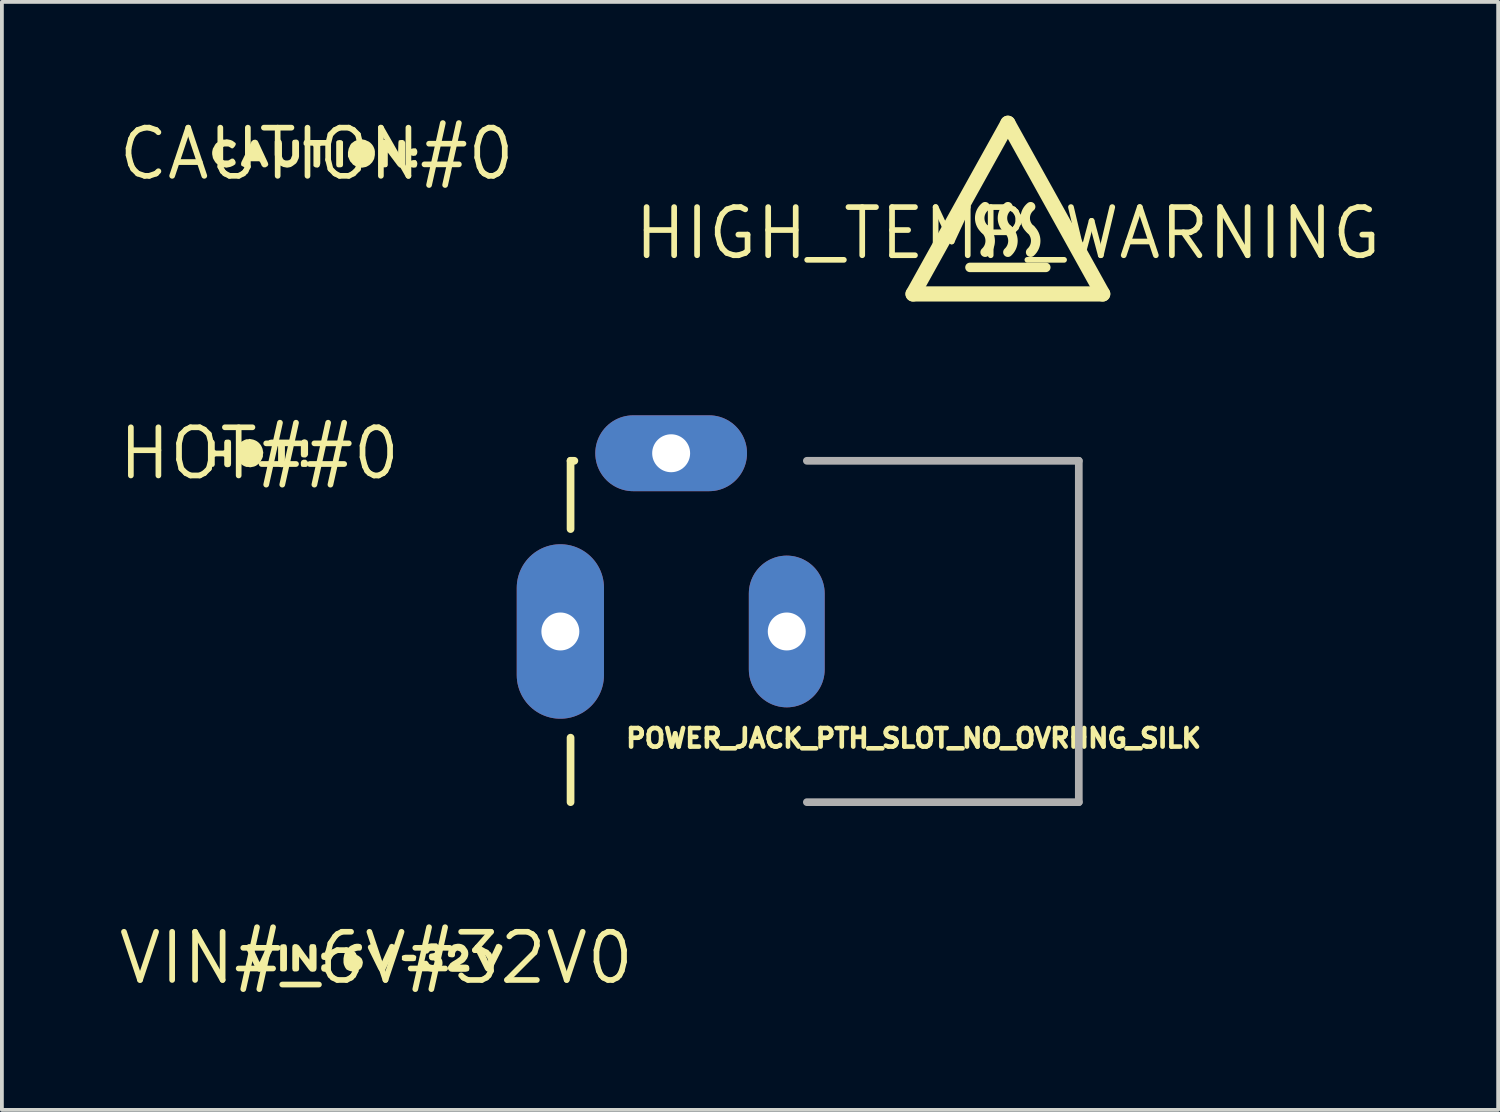
<source format=kicad_pcb>
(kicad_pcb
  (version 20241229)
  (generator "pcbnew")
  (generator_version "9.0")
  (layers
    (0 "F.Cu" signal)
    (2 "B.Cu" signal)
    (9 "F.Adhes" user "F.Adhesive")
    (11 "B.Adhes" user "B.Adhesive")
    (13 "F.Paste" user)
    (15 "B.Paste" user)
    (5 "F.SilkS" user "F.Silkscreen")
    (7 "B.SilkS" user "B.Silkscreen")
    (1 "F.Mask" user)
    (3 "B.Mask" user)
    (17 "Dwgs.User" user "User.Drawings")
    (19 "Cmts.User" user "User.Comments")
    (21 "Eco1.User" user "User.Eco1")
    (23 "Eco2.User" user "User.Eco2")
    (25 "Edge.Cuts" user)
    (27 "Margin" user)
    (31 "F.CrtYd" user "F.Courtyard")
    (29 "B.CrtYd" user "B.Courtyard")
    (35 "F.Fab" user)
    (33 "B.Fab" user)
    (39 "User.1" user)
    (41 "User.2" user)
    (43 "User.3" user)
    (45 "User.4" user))
  (footprint "HIGH_TEMP_WARNING"
    (layer "F.Cu")
    (at 23.523 3.1)
    (property "Reference" "HIGH_TEMP_WARNING" (at 0 0 0) (layer "F.SilkS") (effects (font (size 1.27 1.27) (thickness 0.15))))
    (fp_line (start -2.5 1.6) (end 2.5 1.6) (stroke (width 0.4) (type solid)) (layer "F.SilkS"))
    (fp_line (start -1 0.9) (end 1 0.9) (stroke (width 0.25) (type solid)) (layer "F.SilkS"))
    (fp_line (start 0 -2.9) (end -2.5 1.6) (stroke (width 0.4) (type solid)) (layer "F.SilkS"))
    (fp_line (start 2.5 1.6) (end 0 -2.9) (stroke (width 0.4) (type solid)) (layer "F.SilkS"))
    (fp_arc (start -0.6 -0.1) (mid -0.466391 0.2) (end -0.6 0.5) (stroke (width 0.25) (type solid)) (layer "F.SilkS"))
    (fp_arc (start -0.6 -0.1) (mid -0.743175 -0.400001) (end -0.599999 -0.700001) (stroke (width 0.25) (type solid)) (layer "F.SilkS"))
    (fp_arc (start 0 -0.1) (mid -0.143175 -0.4) (end 0 -0.7) (stroke (width 0.25) (type solid)) (layer "F.SilkS"))
    (fp_arc (start 0 -0.1) (mid 0.133609 0.2) (end 0 0.5) (stroke (width 0.25) (type solid)) (layer "F.SilkS"))
    (fp_arc (start 0.599999 -0.100001) (mid 0.733608 0.199999) (end 0.6 0.5) (stroke (width 0.25) (type solid)) (layer "F.SilkS"))
    (fp_arc (start 0.6 -0.1) (mid 0.456825 -0.4) (end 0.6 -0.7) (stroke (width 0.25) (type solid)) (layer "F.SilkS")))
  (footprint "VIN#_6V#32V0"
    (layer "F.Cu")
    (at 6.871 22.207)
    (property "Reference" "VIN#_6V#32V0" (at 0 0 0) (layer "F.SilkS") (effects (font (size 1.27 1.27) (thickness 0.15))))
    (fp_poly (pts (xy -2.387 -0.354) (xy -2.365 -0.322) (xy -2.355 -0.26) (xy -2.355 0.301) (xy -2.377 0.344) (xy -2.419 0.355) (xy -2.491 0.355) (xy -2.535 0.333) (xy -2.535 -0.322) (xy -2.502 -0.355) (xy -2.44 -0.365)) (stroke (width 0) (type default)) (fill yes) (layer "F.SilkS"))
    (fp_poly (pts (xy -1.275 0.208) (xy -1.265 0.26) (xy -1.265 0.312) (xy -1.297 0.355) (xy -1.36 0.365) (xy -1.412 0.355) (xy -1.445 0.322) (xy -1.455 0.27) (xy -1.445 0.208) (xy -1.412 0.175) (xy -1.36 0.165) (xy -1.308 0.165)) (stroke (width 0) (type default)) (fill yes) (layer "F.SilkS"))
    (fp_poly (pts (xy -1.265 -0.102) (xy -1.255 -0.05) (xy -1.265 0.002) (xy -1.297 0.045) (xy -1.36 0.055) (xy -1.412 0.045) (xy -1.445 0.012) (xy -1.455 -0.05) (xy -1.445 -0.102) (xy -1.412 -0.135) (xy -1.36 -0.145) (xy -1.308 -0.145)) (stroke (width 0) (type default)) (fill yes) (layer "F.SilkS"))
    (fp_poly (pts (xy 1.033 -0.064) (xy 1.055 -0.031) (xy 1.045 0.031) (xy 1.034 0.074) (xy 0.98 0.085) (xy 0.77 0.085) (xy 0.718 0.075) (xy 0.675 0.053) (xy 0.675 -0.053) (xy 0.718 -0.075) (xy 0.77 -0.085) (xy 0.981 -0.085)) (stroke (width 0) (type default)) (fill yes) (layer "F.SilkS"))
    (fp_poly (pts (xy -2.768 -0.354) (xy -2.716 -0.323) (xy -2.705 -0.28) (xy -2.725 -0.228) (xy -2.975 0.272) (xy -2.996 0.323) (xy -3.038 0.355) (xy -3.091 0.365) (xy -3.133 0.344) (xy -3.164 0.303) (xy -3.435 -0.248) (xy -3.445 -0.291) (xy -3.424 -0.334) (xy -3.371 -0.365) (xy -3.318 -0.365) (xy -3.286 -0.333) (xy -3.266 -0.302) (xy -3.086 0.096) (xy -3.072 0.103) (xy -2.864 -0.354) (xy -2.82 -0.375)) (stroke (width 0) (type default)) (fill yes) (layer "F.SilkS"))
    (fp_poly (pts (xy 0.462 -0.354) (xy 0.504 -0.323) (xy 0.515 -0.28) (xy 0.505 -0.228) (xy 0.255 0.272) (xy 0.234 0.323) (xy 0.192 0.355) (xy 0.14 0.365) (xy 0.087 0.344) (xy 0.056 0.303) (xy -0.215 -0.248) (xy -0.225 -0.291) (xy -0.204 -0.334) (xy -0.141 -0.365) (xy -0.098 -0.365) (xy -0.056 -0.333) (xy -0.036 -0.302) (xy 0.144 0.097) (xy 0.148 0.101) (xy 0.356 -0.354) (xy 0.41 -0.375)) (stroke (width 0) (type default)) (fill yes) (layer "F.SilkS"))
    (fp_poly (pts (xy 3.272 -0.354) (xy 3.314 -0.323) (xy 3.325 -0.28) (xy 3.315 -0.228) (xy 3.065 0.272) (xy 3.044 0.323) (xy 3.002 0.355) (xy 2.95 0.365) (xy 2.897 0.344) (xy 2.866 0.303) (xy 2.595 -0.248) (xy 2.585 -0.291) (xy 2.606 -0.334) (xy 2.669 -0.365) (xy 2.712 -0.365) (xy 2.754 -0.333) (xy 2.774 -0.302) (xy 2.954 0.097) (xy 2.958 0.101) (xy 3.166 -0.354) (xy 3.22 -0.375)) (stroke (width 0) (type default)) (fill yes) (layer "F.SilkS"))
    (fp_poly (pts (xy -2.057 -0.344) (xy -2.026 -0.313) (xy -1.876 -0.103) (xy -1.765 0.045) (xy -1.765 -0.301) (xy -1.744 -0.354) (xy -1.701 -0.365) (xy -1.639 -0.365) (xy -1.596 -0.343) (xy -1.585 -0.291) (xy -1.575 -0.24) (xy -1.575 0.27) (xy -1.585 0.322) (xy -1.618 0.355) (xy -1.68 0.365) (xy -1.732 0.355) (xy -1.774 0.313) (xy -2.035 -0.035) (xy -2.035 0.301) (xy -2.057 0.344) (xy -2.099 0.355) (xy -2.172 0.355) (xy -2.204 0.333) (xy -2.215 0.28) (xy -2.215 -0.28) (xy -2.205 -0.333) (xy -2.162 -0.365) (xy -2.109 -0.365)) (stroke (width 0) (type default)) (fill yes) (layer "F.SilkS"))
    (fp_poly (pts (xy -0.418 -0.365) (xy -0.385 -0.332) (xy -0.375 -0.28) (xy -0.385 -0.228) (xy -0.418 -0.195) (xy -0.48 -0.195) (xy -0.529 -0.185) (xy -0.578 -0.166) (xy -0.616 -0.136) (xy -0.646 -0.098) (xy -0.653 -0.077) (xy -0.61 -0.085) (xy -0.56 -0.085) (xy -0.508 -0.075) (xy -0.467 -0.054) (xy -0.427 -0.024) (xy -0.386 0.017) (xy -0.365 0.068) (xy -0.355 0.109) (xy -0.355 0.13) (xy -0.365 0.181) (xy -0.375 0.222) (xy -0.406 0.273) (xy -0.447 0.304) (xy -0.487 0.334) (xy -0.528 0.355) (xy -0.59 0.365) (xy -0.641 0.355) (xy -0.691 0.345) (xy -0.742 0.325) (xy -0.783 0.304) (xy -0.814 0.263) (xy -0.835 0.222) (xy -0.855 0.171) (xy -0.865 0.12) (xy -0.865 0.01) (xy -0.855 -0.041) (xy -0.845 -0.091) (xy -0.825 -0.142) (xy -0.804 -0.183) (xy -0.774 -0.223) (xy -0.744 -0.263) (xy -0.713 -0.294) (xy -0.672 -0.324) (xy -0.622 -0.345) (xy -0.582 -0.365) (xy -0.52 -0.375) (xy -0.47 -0.375)) (stroke (width 0) (type default)) (fill yes) (layer "F.SilkS"))
    (fp_poly (pts (xy 2.241 -0.365) (xy 2.292 -0.344) (xy 2.334 -0.314) (xy 2.364 -0.273) (xy 2.394 -0.233) (xy 2.415 -0.192) (xy 2.425 -0.14) (xy 2.425 -0.09) (xy 2.415 -0.039) (xy 2.394 0.012) (xy 2.364 0.053) (xy 2.334 0.094) (xy 2.283 0.134) (xy 2.242 0.154) (xy 2.208 0.171) (xy 2.212 0.175) (xy 2.36 0.175) (xy 2.412 0.185) (xy 2.445 0.218) (xy 2.455 0.28) (xy 2.444 0.333) (xy 2.402 0.355) (xy 2.35 0.365) (xy 2 0.365) (xy 1.948 0.355) (xy 1.906 0.323) (xy 1.885 0.27) (xy 1.895 0.218) (xy 1.926 0.177) (xy 1.956 0.136) (xy 1.997 0.106) (xy 2.127 0.026) (xy 2.167 -0.004) (xy 2.206 -0.033) (xy 2.235 -0.082) (xy 2.245 -0.119) (xy 2.216 -0.166) (xy 2.178 -0.185) (xy 2.131 -0.195) (xy 2.094 -0.167) (xy 2.075 -0.119) (xy 2.075 -0.069) (xy 2.053 -0.026) (xy 2 -0.015) (xy 1.928 -0.025) (xy 1.896 -0.047) (xy 1.885 -0.1) (xy 1.895 -0.151) (xy 1.905 -0.202) (xy 1.926 -0.243) (xy 1.956 -0.283) (xy 1.997 -0.324) (xy 2.038 -0.355) (xy 2.079 -0.365) (xy 2.14 -0.375) (xy 2.19 -0.375)) (stroke (width 0) (type default)) (fill yes) (layer "F.SilkS"))
    (fp_poly (pts (xy 1.664 -0.313) (xy 1.694 -0.273) (xy 1.725 -0.222) (xy 1.735 -0.18) (xy 1.725 -0.118) (xy 1.704 -0.077) (xy 1.675 -0.048) (xy 1.675 -0.022) (xy 1.714 0.017) (xy 1.735 0.058) (xy 1.745 0.11) (xy 1.745 0.171) (xy 1.704 0.253) (xy 1.663 0.294) (xy 1.623 0.324) (xy 1.582 0.345) (xy 1.531 0.355) (xy 1.47 0.365) (xy 1.419 0.355) (xy 1.369 0.345) (xy 1.318 0.325) (xy 1.277 0.304) (xy 1.246 0.263) (xy 1.216 0.222) (xy 1.195 0.171) (xy 1.195 0.118) (xy 1.217 0.086) (xy 1.27 0.075) (xy 1.332 0.075) (xy 1.364 0.107) (xy 1.394 0.156) (xy 1.432 0.175) (xy 1.48 0.185) (xy 1.528 0.175) (xy 1.565 0.138) (xy 1.555 0.093) (xy 1.518 0.065) (xy 1.469 0.065) (xy 1.427 0.055) (xy 1.395 0.022) (xy 1.385 -0.051) (xy 1.406 -0.104) (xy 1.439 -0.115) (xy 1.508 -0.125) (xy 1.545 -0.143) (xy 1.545 -0.177) (xy 1.508 -0.205) (xy 1.461 -0.205) (xy 1.413 -0.186) (xy 1.384 -0.146) (xy 1.342 -0.115) (xy 1.299 -0.115) (xy 1.246 -0.147) (xy 1.225 -0.2) (xy 1.235 -0.242) (xy 1.256 -0.283) (xy 1.297 -0.324) (xy 1.338 -0.354) (xy 1.389 -0.375) (xy 1.44 -0.385) (xy 1.592 -0.385)) (stroke (width 0) (type default)) (fill yes) (layer "F.SilkS")))
  (footprint "CAUTION#0"
    (layer "F.Cu")
    (at 5.299 1.006)
    (property "Reference" "CAUTION#0" (at 0 0 0) (layer "F.SilkS") (effects (font (size 1.27 1.27) (thickness 0.15))))
    (fp_poly (pts (xy 0.662 -0.355) (xy 0.695 -0.322) (xy 0.695 0.301) (xy 0.673 0.344) (xy 0.631 0.355) (xy 0.558 0.355) (xy 0.526 0.333) (xy 0.515 0.291) (xy 0.515 -0.322) (xy 0.548 -0.355) (xy 0.61 -0.365)) (stroke (width 0) (type default)) (fill yes) (layer "F.SilkS"))
    (fp_poly (pts (xy 2.645 -0.102) (xy 2.655 -0.05) (xy 2.645 0.002) (xy 2.613 0.045) (xy 2.55 0.055) (xy 2.498 0.045) (xy 2.465 0.012) (xy 2.455 -0.05) (xy 2.465 -0.102) (xy 2.498 -0.135) (xy 2.55 -0.145) (xy 2.612 -0.145)) (stroke (width 0) (type default)) (fill yes) (layer "F.SilkS"))
    (fp_poly (pts (xy 2.645 0.208) (xy 2.655 0.26) (xy 2.645 0.312) (xy 2.623 0.355) (xy 2.56 0.365) (xy 2.498 0.355) (xy 2.465 0.322) (xy 2.455 0.27) (xy 2.465 0.208) (xy 2.498 0.175) (xy 2.55 0.165) (xy 2.612 0.165)) (stroke (width 0) (type default)) (fill yes) (layer "F.SilkS"))
    (fp_poly (pts (xy 0.345 -0.343) (xy 0.345 -0.29) (xy 0.334 -0.237) (xy 0.291 -0.215) (xy 0.131 -0.215) (xy 0.095 -0.206) (xy 0.095 0.25) (xy 0.085 0.302) (xy 0.064 0.344) (xy 0.021 0.365) (xy -0.042 0.355) (xy -0.085 0.323) (xy -0.085 -0.188) (xy -0.103 -0.215) (xy -0.312 -0.215) (xy -0.345 -0.248) (xy -0.345 -0.311) (xy -0.323 -0.354) (xy -0.27 -0.365) (xy 0.301 -0.365)) (stroke (width 0) (type default)) (fill yes) (layer "F.SilkS"))
    (fp_poly (pts (xy -1.567 -0.354) (xy -1.546 -0.322) (xy -1.285 0.238) (xy -1.275 0.281) (xy -1.296 0.324) (xy -1.349 0.355) (xy -1.402 0.355) (xy -1.444 0.323) (xy -1.484 0.233) (xy -1.513 0.195) (xy -1.767 0.195) (xy -1.826 0.333) (xy -1.88 0.366) (xy -1.922 0.344) (xy -1.984 0.313) (xy -1.995 0.27) (xy -1.985 0.218) (xy -1.734 -0.292) (xy -1.714 -0.333) (xy -1.672 -0.365) (xy -1.62 -0.375)) (stroke (width 0) (type default)) (fill yes) (layer "F.SilkS"))
    (fp_poly (pts (xy 1.853 -0.344) (xy 1.884 -0.313) (xy 2.044 -0.103) (xy 2.145 0.045) (xy 2.155 -0.301) (xy 2.166 -0.354) (xy 2.22 -0.365) (xy 2.271 -0.365) (xy 2.314 -0.344) (xy 2.335 -0.291) (xy 2.335 0.27) (xy 2.325 0.322) (xy 2.292 0.355) (xy 2.23 0.365) (xy 2.178 0.355) (xy 2.136 0.313) (xy 1.875 -0.035) (xy 1.875 0.301) (xy 1.853 0.344) (xy 1.811 0.355) (xy 1.738 0.355) (xy 1.706 0.333) (xy 1.695 0.28) (xy 1.695 -0.28) (xy 1.705 -0.333) (xy 1.748 -0.365) (xy 1.801 -0.365)) (stroke (width 0) (type default)) (fill yes) (layer "F.SilkS"))
    (fp_poly (pts (xy -0.925 -0.332) (xy -0.915 -0.28) (xy -0.915 0.069) (xy -0.896 0.118) (xy -0.867 0.156) (xy -0.819 0.175) (xy -0.77 0.175) (xy -0.722 0.165) (xy -0.684 0.137) (xy -0.665 0.088) (xy -0.645 0.039) (xy -0.645 -0.321) (xy -0.623 -0.364) (xy -0.57 -0.375) (xy -0.518 -0.375) (xy -0.475 -0.343) (xy -0.465 -0.29) (xy -0.465 0.07) (xy -0.475 0.122) (xy -0.495 0.162) (xy -0.516 0.212) (xy -0.546 0.254) (xy -0.587 0.284) (xy -0.627 0.314) (xy -0.678 0.345) (xy -0.719 0.355) (xy -0.78 0.365) (xy -0.831 0.355) (xy -0.882 0.345) (xy -0.922 0.325) (xy -0.973 0.304) (xy -1.004 0.263) (xy -1.044 0.223) (xy -1.065 0.182) (xy -1.085 0.131) (xy -1.095 0.081) (xy -1.105 0.03) (xy -1.105 -0.332) (xy -1.072 -0.365) (xy -1.02 -0.375) (xy -0.958 -0.375)) (stroke (width 0) (type default)) (fill yes) (layer "F.SilkS"))
    (fp_poly (pts (xy 1.231 -0.375) (xy 1.282 -0.365) (xy 1.322 -0.345) (xy 1.372 -0.324) (xy 1.413 -0.294) (xy 1.454 -0.253) (xy 1.484 -0.213) (xy 1.505 -0.172) (xy 1.525 -0.121) (xy 1.535 -0.07) (xy 1.535 0.03) (xy 1.525 0.081) (xy 1.515 0.132) (xy 1.494 0.172) (xy 1.464 0.223) (xy 1.424 0.264) (xy 1.393 0.294) (xy 1.342 0.324) (xy 1.302 0.345) (xy 1.251 0.355) (xy 1.2 0.365) (xy 1.15 0.355) (xy 1.099 0.355) (xy 1.048 0.335) (xy 1.008 0.314) (xy 0.957 0.284) (xy 0.926 0.243) (xy 0.886 0.203) (xy 0.868 0.167) (xy 0.868 0.168) (xy 0.865 0.162) (xy 0.863 0.158) (xy 0.864 0.158) (xy 0.845 0.112) (xy 0.825 0.071) (xy 0.825 -0.04) (xy 0.835 -0.091) (xy 0.845 -0.142) (xy 0.865 -0.182) (xy 0.886 -0.232) (xy 0.916 -0.274) (xy 0.957 -0.304) (xy 0.998 -0.334) (xy 1.048 -0.355) (xy 1.099 -0.375) (xy 1.149 -0.375) (xy 1.18 -0.385)) (stroke (width 0) (type default)) (fill yes) (layer "F.SilkS"))
    (fp_poly (pts (xy -2.319 -0.375) (xy -2.269 -0.365) (xy -2.218 -0.344) (xy -2.177 -0.314) (xy -2.135 -0.282) (xy -2.135 -0.239) (xy -2.166 -0.187) (xy -2.208 -0.145) (xy -2.241 -0.145) (xy -2.292 -0.176) (xy -2.331 -0.195) (xy -2.429 -0.195) (xy -2.478 -0.176) (xy -2.516 -0.146) (xy -2.546 -0.108) (xy -2.565 -0.059) (xy -2.575 -0.01) (xy -2.565 0.039) (xy -2.546 0.088) (xy -2.516 0.126) (xy -2.478 0.156) (xy -2.429 0.175) (xy -2.331 0.175) (xy -2.292 0.156) (xy -2.241 0.125) (xy -2.198 0.125) (xy -2.156 0.167) (xy -2.135 0.22) (xy -2.145 0.273) (xy -2.187 0.304) (xy -2.228 0.325) (xy -2.279 0.345) (xy -2.329 0.355) (xy -2.38 0.365) (xy -2.431 0.355) (xy -2.481 0.345) (xy -2.532 0.325) (xy -2.573 0.304) (xy -2.613 0.274) (xy -2.654 0.244) (xy -2.684 0.203) (xy -2.714 0.152) (xy -2.735 0.112) (xy -2.745 0.061) (xy -2.755 0.01) (xy -2.755 -0.05) (xy -2.745 -0.101) (xy -2.735 -0.142) (xy -2.704 -0.192) (xy -2.684 -0.233) (xy -2.654 -0.274) (xy -2.613 -0.304) (xy -2.562 -0.334) (xy -2.522 -0.355) (xy -2.471 -0.375) (xy -2.42 -0.375) (xy -2.37 -0.385)) (stroke (width 0) (type default)) (fill yes) (layer "F.SilkS")))
  (footprint "HOT##0"
    (layer "F.Cu")
    (at 3.787 8.906)
    (property "Reference" "HOT##0" (at 0 0 0) (layer "F.SilkS") (effects (font (size 1.27 1.27) (thickness 0.15))))
    (fp_poly (pts (xy 1.232 -0.365) (xy 1.275 -0.333) (xy 1.285 -0.28) (xy 1.285 0.031) (xy 1.264 0.073) (xy 1.222 0.105) (xy 1.17 0.105) (xy 1.116 0.094) (xy 1.095 0.041) (xy 1.095 -0.312) (xy 1.127 -0.354) (xy 1.18 -0.375)) (stroke (width 0) (type default)) (fill yes) (layer "F.SilkS"))
    (fp_poly (pts (xy 1.264 0.197) (xy 1.285 0.239) (xy 1.285 0.291) (xy 1.264 0.344) (xy 1.221 0.355) (xy 1.149 0.355) (xy 1.106 0.344) (xy 1.095 0.301) (xy 1.095 0.229) (xy 1.116 0.186) (xy 1.159 0.165) (xy 1.222 0.165)) (stroke (width 0) (type default)) (fill yes) (layer "F.SilkS"))
    (fp_poly (pts (xy 0.925 -0.343) (xy 0.925 -0.29) (xy 0.914 -0.237) (xy 0.871 -0.215) (xy 0.711 -0.215) (xy 0.675 -0.206) (xy 0.675 0.25) (xy 0.665 0.302) (xy 0.644 0.344) (xy 0.601 0.365) (xy 0.538 0.355) (xy 0.495 0.323) (xy 0.495 -0.188) (xy 0.477 -0.215) (xy 0.268 -0.215) (xy 0.235 -0.248) (xy 0.235 -0.311) (xy 0.257 -0.354) (xy 0.31 -0.365) (xy 0.881 -0.365)) (stroke (width 0) (type default)) (fill yes) (layer "F.SilkS"))
    (fp_poly (pts (xy -1.196 -0.344) (xy -1.175 -0.301) (xy -1.175 -0.102) (xy -1.148 -0.075) (xy -0.952 -0.075) (xy -0.925 -0.093) (xy -0.925 -0.301) (xy -0.904 -0.354) (xy -0.861 -0.365) (xy -0.799 -0.365) (xy -0.756 -0.343) (xy -0.745 -0.29) (xy -0.745 0.27) (xy -0.755 0.322) (xy -0.788 0.355) (xy -0.851 0.365) (xy -0.904 0.344) (xy -0.925 0.301) (xy -0.925 0.093) (xy -0.952 0.075) (xy -1.148 0.075) (xy -1.175 0.093) (xy -1.175 0.301) (xy -1.197 0.344) (xy -1.25 0.355) (xy -1.312 0.355) (xy -1.345 0.323) (xy -1.355 0.281) (xy -1.355 -0.291) (xy -1.345 -0.333) (xy -1.312 -0.365) (xy -1.239 -0.365)) (stroke (width 0) (type default)) (fill yes) (layer "F.SilkS"))
    (fp_poly (pts (xy -0.209 -0.375) (xy -0.159 -0.365) (xy -0.108 -0.345) (xy -0.067 -0.324) (xy -0.027 -0.294) (xy 0.014 -0.253) (xy 0.044 -0.213) (xy 0.065 -0.172) (xy 0.085 -0.121) (xy 0.095 -0.071) (xy 0.105 -0.02) (xy 0.095 0.03) (xy 0.095 0.081) (xy 0.075 0.132) (xy 0.054 0.172) (xy 0.024 0.223) (xy -0.006 0.264) (xy -0.047 0.294) (xy -0.088 0.324) (xy -0.139 0.345) (xy -0.189 0.355) (xy -0.24 0.365) (xy -0.29 0.355) (xy -0.341 0.355) (xy -0.392 0.335) (xy -0.433 0.314) (xy -0.473 0.284) (xy -0.514 0.243) (xy -0.544 0.203) (xy -0.571 0.167) (xy -0.572 0.168) (xy -0.574 0.162) (xy -0.577 0.159) (xy -0.576 0.158) (xy -0.595 0.112) (xy -0.605 0.071) (xy -0.615 0.02) (xy -0.615 -0.04) (xy -0.605 -0.091) (xy -0.595 -0.142) (xy -0.574 -0.182) (xy -0.544 -0.233) (xy -0.514 -0.273) (xy -0.483 -0.304) (xy -0.432 -0.334) (xy -0.392 -0.355) (xy -0.341 -0.375) (xy -0.291 -0.375) (xy -0.26 -0.385)) (stroke (width 0) (type default)) (fill yes) (layer "F.SilkS")))
  (footprint "POWER_JACK_PTH_SLOT_NO_OVRHNG_SILK"
    (layer "F.Cu")
    (at 17.693 13.599)
    (property "Reference" "POWER_JACK_PTH_SLOT_NO_OVRHNG_SILK" (at -4.3 3.1 0) (unlocked yes) (layer "F.SilkS") (effects (font (size 0.488 0.488) (thickness 0.122)) (justify left bottom)))
    (fp_line (start -5.7 -4.5) (end -5.7 -2.7) (stroke (width 0.203) (type solid)) (layer "F.SilkS"))
    (fp_line (start -5.7 -4.5) (end -5.6 -4.5) (stroke (width 0.203) (type solid)) (layer "F.SilkS"))
    (fp_line (start -5.7 4.5) (end -5.7 2.8) (stroke (width 0.203) (type solid)) (layer "F.SilkS"))
    (fp_line (start 0.53 4.5) (end 7.7 4.5) (stroke (width 0.203) (type solid)) (layer "F.Fab"))
    (fp_line (start 7.7 -4.5) (end 0.53 -4.5) (stroke (width 0.203) (type solid)) (layer "F.Fab"))
    (fp_line (start 7.7 -4.5) (end 7.7 4.5) (stroke (width 0.203) (type solid)) (layer "F.Fab"))
    (pad "GND" thru_hole oval (at 0 0 90) (size 4 2) (drill 1) (layers "*.Cu" "*.Mask"))
    (pad "GNDBREAK" thru_hole oval (at -3.048 -4.699 180) (size 4 2) (drill 1) (layers "*.Cu" "*.Mask"))
    (pad "PWR" thru_hole oval (at -5.969 0 90) (size 4.6 2.3) (drill 1) (layers "*.Cu" "*.Mask")))
  (gr_rect
    (start -3 -3)
    (end 36.449 26.213)
    (stroke (width 0.1) (type default))
    (fill no)
    (layer "Edge.Cuts")))
</source>
